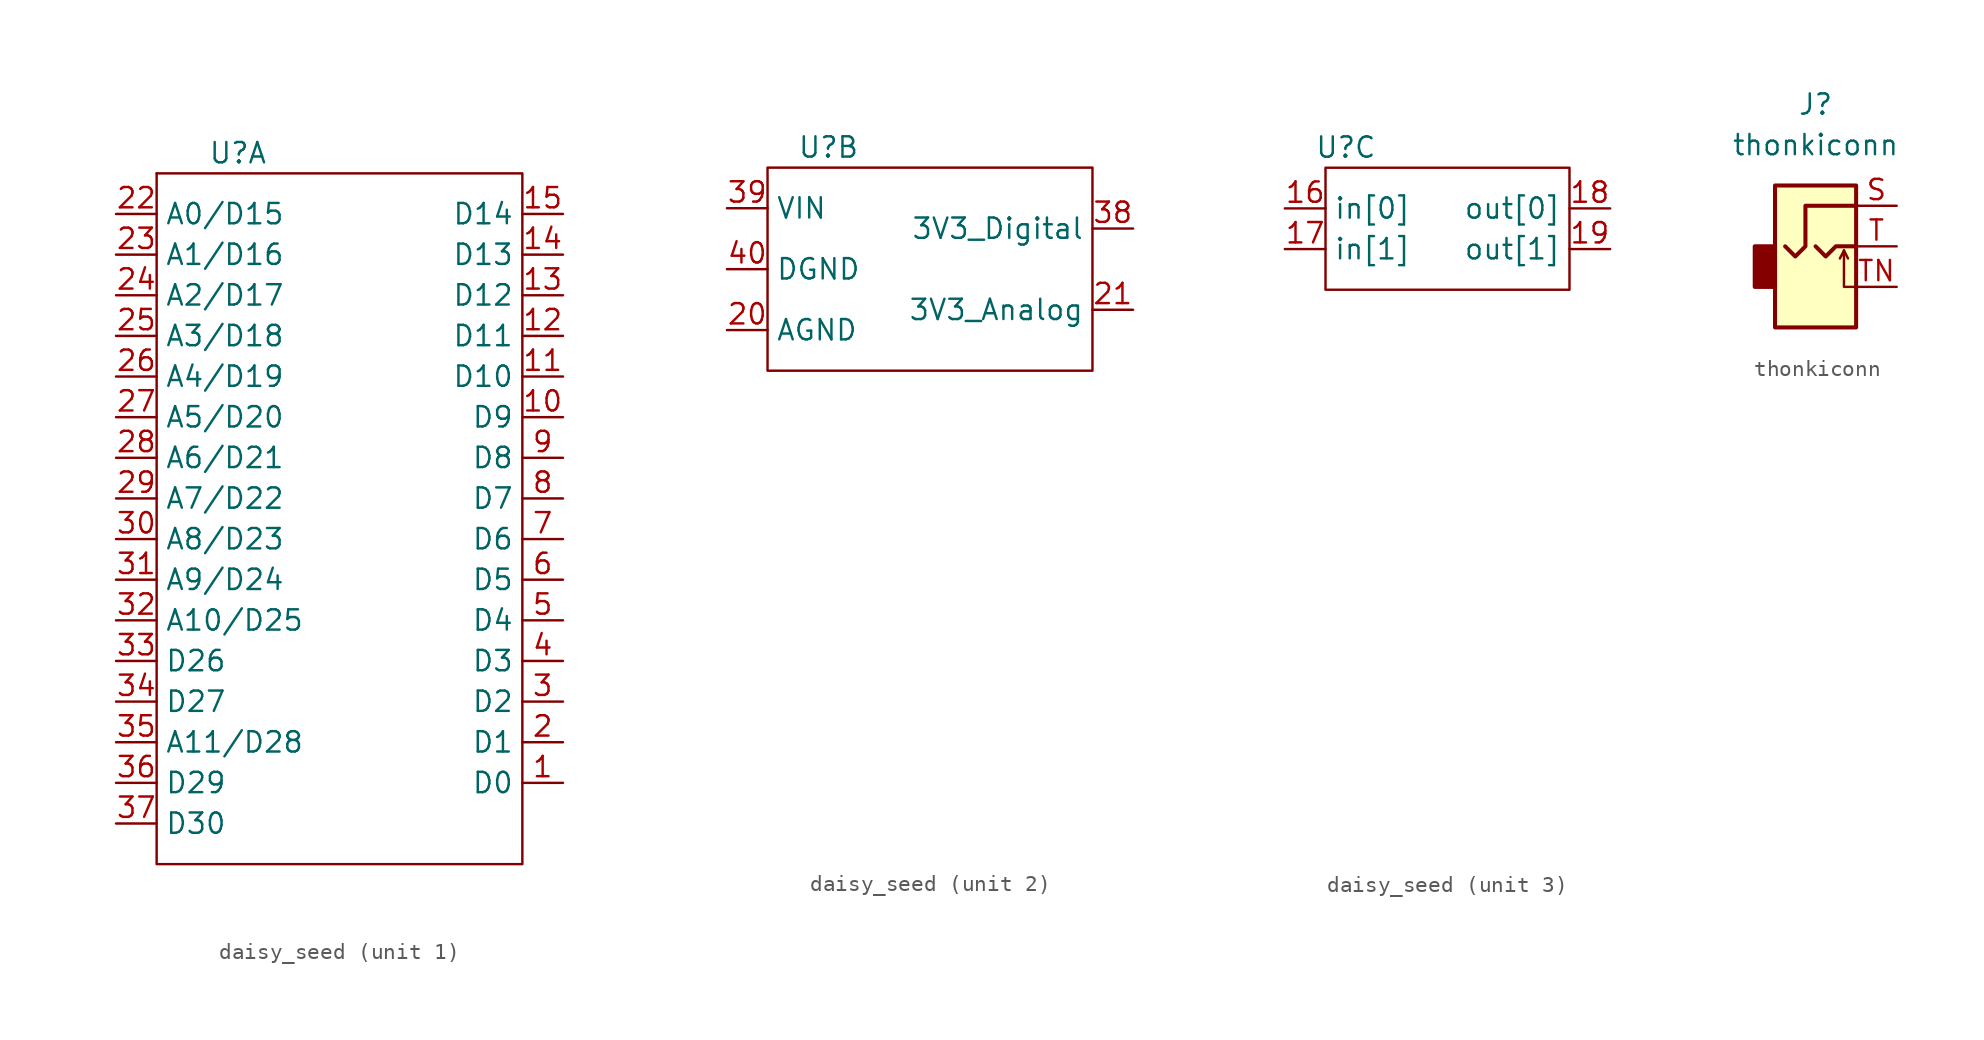
<source format=kicad_sym>
(kicad_symbol_lib
  (version 20220914)
  (generator kicad_symbol_editor)
  (symbol "daisy_seed"
    (property "Reference" "U"
      (at -6.35 1.27 0)
      (effects (font (size 1.27 1.27))))
    (property "Value" ""
      (at 1.27 -39.37 0)
      (effects (font (size 1.27 1.27))))
    (property "ki_locked" ""
      (at 0 0 0)
      (effects (font (size 1.27 1.27))))
    (symbol "daisy_seed_1_1"
      (rectangle (start -11.43 0) (end -11.43 0) (stroke (width 0) (type default)) (fill (type none)))
      (rectangle (start -11.43 0) (end 11.43 -43.18) (stroke (width 0) (type default)) (fill (type none)))
      (pin input line (at 13.97 -38.1 180) (length 2.54) (name "D0" (effects (font (size 1.27 1.27)))) (number "1" (effects (font (size 1.27 1.27)))))
      (pin input line (at 13.97 -15.24 180) (length 2.54) (name "D9" (effects (font (size 1.27 1.27)))) (number "10" (effects (font (size 1.27 1.27)))))
      (pin input line (at 13.97 -12.7 180) (length 2.54) (name "D10" (effects (font (size 1.27 1.27)))) (number "11" (effects (font (size 1.27 1.27)))))
      (pin input line (at 13.97 -10.16 180) (length 2.54) (name "D11" (effects (font (size 1.27 1.27)))) (number "12" (effects (font (size 1.27 1.27)))))
      (pin input line (at 13.97 -7.62 180) (length 2.54) (name "D12" (effects (font (size 1.27 1.27)))) (number "13" (effects (font (size 1.27 1.27)))))
      (pin input line (at 13.97 -5.08 180) (length 2.54) (name "D13" (effects (font (size 1.27 1.27)))) (number "14" (effects (font (size 1.27 1.27)))))
      (pin input line (at 13.97 -2.54 180) (length 2.54) (name "D14" (effects (font (size 1.27 1.27)))) (number "15" (effects (font (size 1.27 1.27)))))
      (pin input line (at 13.97 -35.56 180) (length 2.54) (name "D1" (effects (font (size 1.27 1.27)))) (number "2" (effects (font (size 1.27 1.27)))))
      (pin bidirectional line (at -13.97 -2.54 0) (length 2.54) (name "A0/D15" (effects (font (size 1.27 1.27)))) (number "22" (effects (font (size 1.27 1.27)))))
      (pin bidirectional line (at -13.97 -5.08 0) (length 2.54) (name "A1/D16" (effects (font (size 1.27 1.27)))) (number "23" (effects (font (size 1.27 1.27)))))
      (pin bidirectional line (at -13.97 -7.62 0) (length 2.54) (name "A2/D17" (effects (font (size 1.27 1.27)))) (number "24" (effects (font (size 1.27 1.27)))))
      (pin bidirectional line (at -13.97 -10.16 0) (length 2.54) (name "A3/D18" (effects (font (size 1.27 1.27)))) (number "25" (effects (font (size 1.27 1.27)))))
      (pin bidirectional line (at -13.97 -12.7 0) (length 2.54) (name "A4/D19" (effects (font (size 1.27 1.27)))) (number "26" (effects (font (size 1.27 1.27)))))
      (pin bidirectional line (at -13.97 -15.24 0) (length 2.54) (name "A5/D20" (effects (font (size 1.27 1.27)))) (number "27" (effects (font (size 1.27 1.27)))))
      (pin bidirectional line (at -13.97 -17.78 0) (length 2.54) (name "A6/D21" (effects (font (size 1.27 1.27)))) (number "28" (effects (font (size 1.27 1.27)))))
      (pin bidirectional line (at -13.97 -20.32 0) (length 2.54) (name "A7/D22" (effects (font (size 1.27 1.27)))) (number "29" (effects (font (size 1.27 1.27)))))
      (pin input line (at 13.97 -33.02 180) (length 2.54) (name "D2" (effects (font (size 1.27 1.27)))) (number "3" (effects (font (size 1.27 1.27)))))
      (pin bidirectional line (at -13.97 -22.86 0) (length 2.54) (name "A8/D23" (effects (font (size 1.27 1.27)))) (number "30" (effects (font (size 1.27 1.27)))))
      (pin bidirectional line (at -13.97 -25.4 0) (length 2.54) (name "A9/D24" (effects (font (size 1.27 1.27)))) (number "31" (effects (font (size 1.27 1.27)))))
      (pin bidirectional line (at -13.97 -27.94 0) (length 2.54) (name "A10/D25" (effects (font (size 1.27 1.27)))) (number "32" (effects (font (size 1.27 1.27)))))
      (pin bidirectional line (at -13.97 -30.48 0) (length 2.54) (name "D26" (effects (font (size 1.27 1.27)))) (number "33" (effects (font (size 1.27 1.27)))))
      (pin bidirectional line (at -13.97 -33.02 0) (length 2.54) (name "D27" (effects (font (size 1.27 1.27)))) (number "34" (effects (font (size 1.27 1.27)))))
      (pin bidirectional line (at -13.97 -35.56 0) (length 2.54) (name "A11/D28" (effects (font (size 1.27 1.27)))) (number "35" (effects (font (size 1.27 1.27)))))
      (pin bidirectional line (at -13.97 -38.1 0) (length 2.54) (name "D29" (effects (font (size 1.27 1.27)))) (number "36" (effects (font (size 1.27 1.27)))))
      (pin bidirectional line (at -13.97 -40.64 0) (length 2.54) (name "D30" (effects (font (size 1.27 1.27)))) (number "37" (effects (font (size 1.27 1.27)))))
      (pin input line (at 13.97 -30.48 180) (length 2.54) (name "D3" (effects (font (size 1.27 1.27)))) (number "4" (effects (font (size 1.27 1.27)))))
      (pin input line (at 13.97 -27.94 180) (length 2.54) (name "D4" (effects (font (size 1.27 1.27)))) (number "5" (effects (font (size 1.27 1.27)))))
      (pin input line (at 13.97 -25.4 180) (length 2.54) (name "D5" (effects (font (size 1.27 1.27)))) (number "6" (effects (font (size 1.27 1.27)))))
      (pin input line (at 13.97 -22.86 180) (length 2.54) (name "D6" (effects (font (size 1.27 1.27)))) (number "7" (effects (font (size 1.27 1.27)))))
      (pin input line (at 13.97 -20.32 180) (length 2.54) (name "D7" (effects (font (size 1.27 1.27)))) (number "8" (effects (font (size 1.27 1.27)))))
      (pin input line (at 13.97 -17.78 180) (length 2.54) (name "D8" (effects (font (size 1.27 1.27)))) (number "9" (effects (font (size 1.27 1.27))))))
    (symbol "daisy_seed_2_1"
      (rectangle (start -10.16 0) (end 10.16 -12.7) (stroke (width 0) (type default)) (fill (type none)))
      (pin power_in line (at -12.7 -10.16 0) (length 2.54) (name "AGND" (effects (font (size 1.27 1.27)))) (number "20" (effects (font (size 1.27 1.27)))))
      (pin power_out line (at 12.7 -8.89 180) (length 2.54) (name "3V3_Analog" (effects (font (size 1.27 1.27)))) (number "21" (effects (font (size 1.27 1.27)))))
      (pin power_out line (at 12.7 -3.81 180) (length 2.54) (name "3V3_Digital" (effects (font (size 1.27 1.27)))) (number "38" (effects (font (size 1.27 1.27)))))
      (pin power_in line (at -12.7 -2.54 0) (length 2.54) (name "VIN" (effects (font (size 1.27 1.27)))) (number "39" (effects (font (size 1.27 1.27)))))
      (pin power_in line (at -12.7 -6.35 0) (length 2.54) (name "DGND" (effects (font (size 1.27 1.27)))) (number "40" (effects (font (size 1.27 1.27))))))
    (symbol "daisy_seed_3_1"
      (rectangle (start -7.62 0) (end 7.62 -7.62) (stroke (width 0) (type default)) (fill (type none)))
      (pin input line (at -10.16 -2.54 0) (length 2.54) (name "in[0]" (effects (font (size 1.27 1.27)))) (number "16" (effects (font (size 1.27 1.27)))))
      (pin input line (at -10.16 -5.08 0) (length 2.54) (name "in[1]" (effects (font (size 1.27 1.27)))) (number "17" (effects (font (size 1.27 1.27)))))
      (pin output line (at 10.16 -2.54 180) (length 2.54) (name "out[0]" (effects (font (size 1.27 1.27)))) (number "18" (effects (font (size 1.27 1.27)))))
      (pin output line (at 10.16 -5.08 180) (length 2.54) (name "out[1]" (effects (font (size 1.27 1.27)))) (number "19" (effects (font (size 1.27 1.27)))))))
  (symbol "thonkiconn"
    (property "Reference" "J"
      (at 0 8.89 0)
      (effects (font (size 1.27 1.27))))
    (property "Value" "thonkiconn"
      (at 0 6.35 0)
      (effects (font (size 1.27 1.27))))
    (symbol "thonkiconn_0_1"
      (rectangle (start -2.54 0) (end -3.81 -2.54) (stroke (width 0.254) (type default)) (fill (type outline)))
      (rectangle (start -2.54 3.81) (end 2.54 -5.08) (stroke (width 0.254) (type default)) (fill (type background)))
      (polyline (pts (xy 1.778 -0.254) (xy 2.032 -0.762)) (stroke (width 0) (type default)) (fill (type none)))
      (polyline (pts (xy 0 0) (xy 0.635 -0.635) (xy 1.27 0) (xy 2.54 0)) (stroke (width 0.254) (type default)) (fill (type none)))
      (polyline (pts (xy 2.54 -2.54) (xy 1.778 -2.54) (xy 1.778 -0.254) (xy 1.524 -0.762)) (stroke (width 0) (type default)) (fill (type none)))
      (polyline (pts (xy 2.54 2.54) (xy -0.635 2.54) (xy -0.635 0) (xy -1.27 -0.635) (xy -1.905 0)) (stroke (width 0.254) (type default)) (fill (type none))))
    (symbol "thonkiconn_1_1"
      (pin passive line (at 5.08 2.54 180) (length 2.54) (name "~" (effects (font (size 1.27 1.27)))) (number "S" (effects (font (size 1.27 1.27)))))
      (pin passive line (at 5.08 0 180) (length 2.54) (name "~" (effects (font (size 1.27 1.27)))) (number "T" (effects (font (size 1.27 1.27)))))
      (pin passive line (at 5.08 -2.54 180) (length 2.54) (name "~" (effects (font (size 1.27 1.27)))) (number "TN" (effects (font (size 1.27 1.27))))))))
</source>
